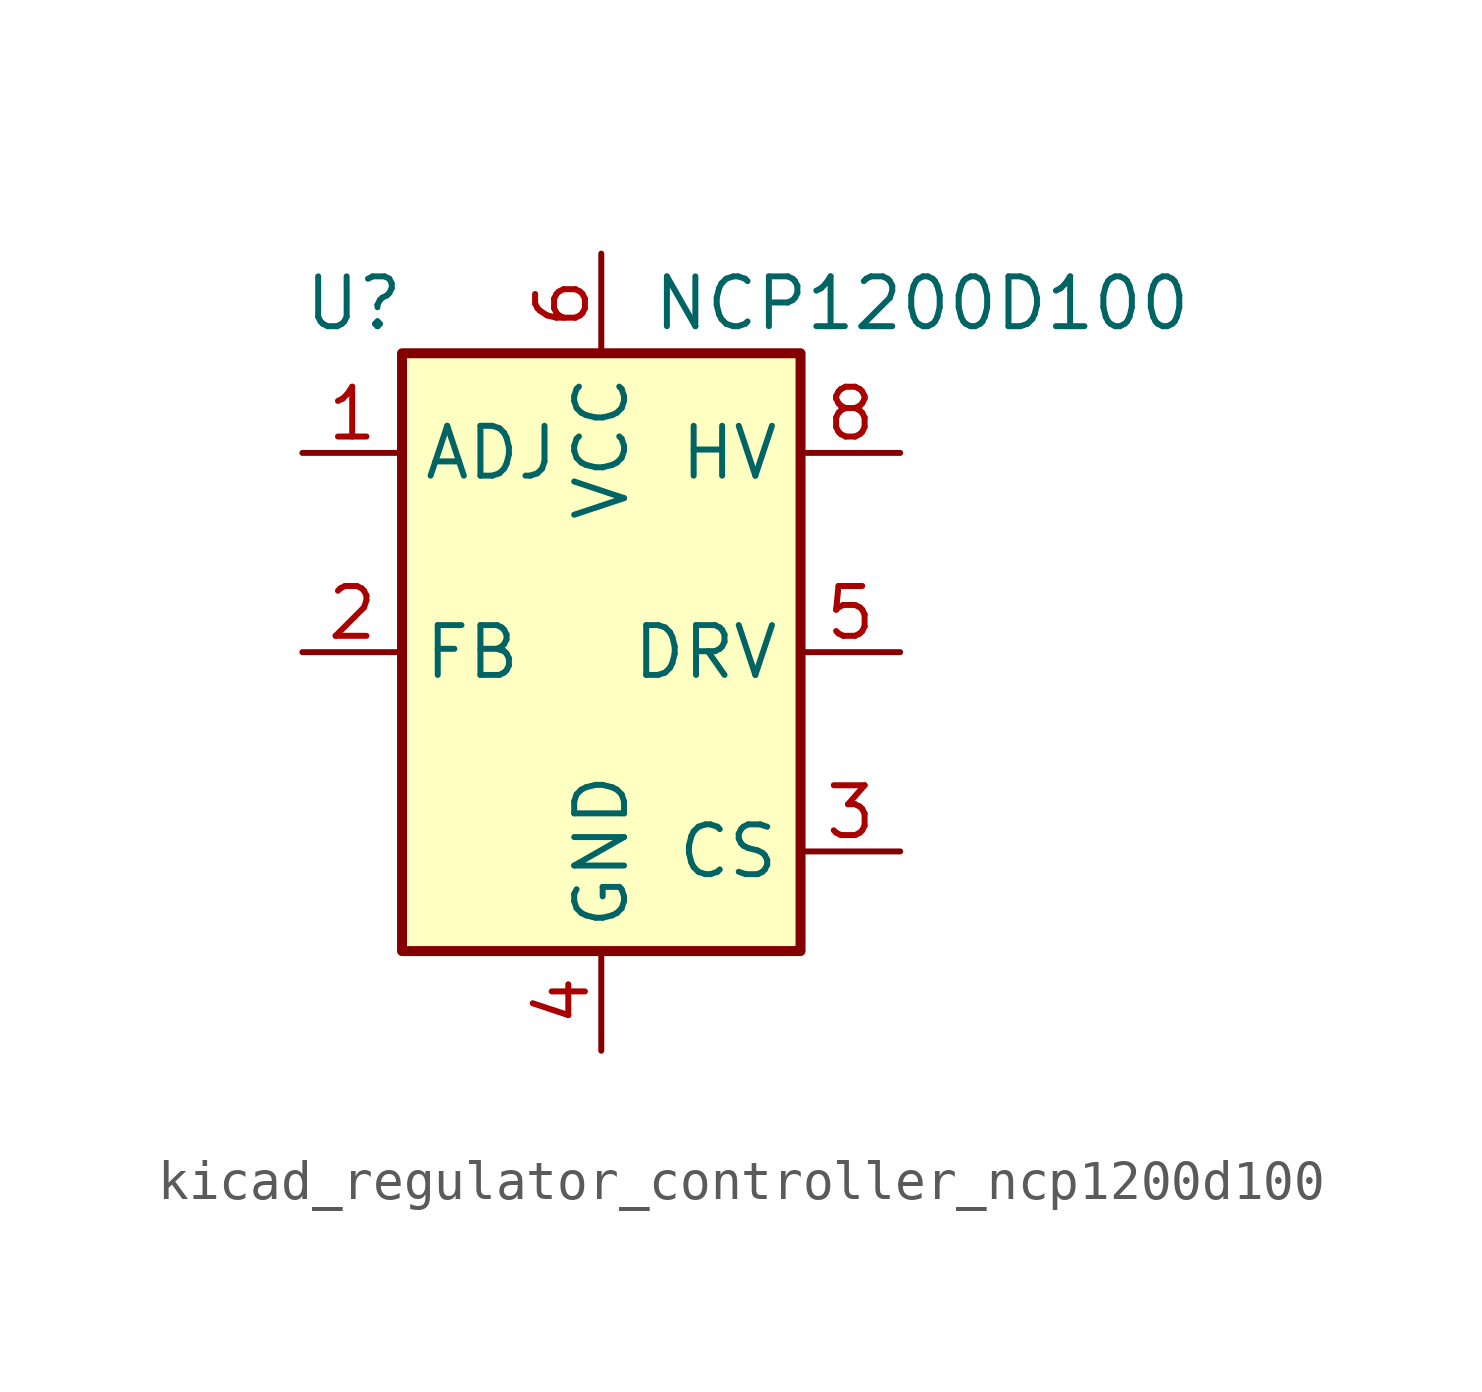
<source format=kicad_sym>
(kicad_symbol_lib
  (version 20220914)
  (generator kicad_symbol_editor)
  (symbol "kicad_regulator_controller_ncp1200d100"
    (property "Reference" "U"
      (at -7.62 8.89 0)
      (effects (font (size 1.27 1.27)) (justify left)))
    (property "Value" "NCP1200D100"
      (at 1.27 8.89 0)
      (effects (font (size 1.27 1.27)) (justify left)))
    (symbol "kicad_regulator_controller_ncp1200d100_0_0"
      (rectangle (start -5.08 7.62) (end 5.08 -7.62) (stroke (width 0.254) (type default)) (fill (type background))))
    (symbol "kicad_regulator_controller_ncp1200d100_1_1"
      (pin input line (at -7.62 5.08 0) (length 2.54) (name "ADJ" (effects (font (size 1.27 1.27)))) (number "1" (effects (font (size 1.27 1.27)))))
      (pin input line (at -7.62 0 0) (length 2.54) (name "FB" (effects (font (size 1.27 1.27)))) (number "2" (effects (font (size 1.27 1.27)))))
      (pin input line (at 7.62 -5.08 180) (length 2.54) (name "CS" (effects (font (size 1.27 1.27)))) (number "3" (effects (font (size 1.27 1.27)))))
      (pin power_in line (at 0 -10.16 90) (length 2.54) (name "GND" (effects (font (size 1.27 1.27)))) (number "4" (effects (font (size 1.27 1.27)))))
      (pin output line (at 7.62 0 180) (length 2.54) (name "DRV" (effects (font (size 1.27 1.27)))) (number "5" (effects (font (size 1.27 1.27)))))
      (pin power_in line (at 0 10.16 270) (length 2.54) (name "VCC" (effects (font (size 1.27 1.27)))) (number "6" (effects (font (size 1.27 1.27)))))
      (pin no_connect line (at -5.08 2.54 0) (length 2.54) hide (name "NC" (effects (font (size 1.27 1.27)))) (number "7" (effects (font (size 1.27 1.27)))))
      (pin input line (at 7.62 5.08 180) (length 2.54) (name "HV" (effects (font (size 1.27 1.27)))) (number "8" (effects (font (size 1.27 1.27))))))))
</source>
